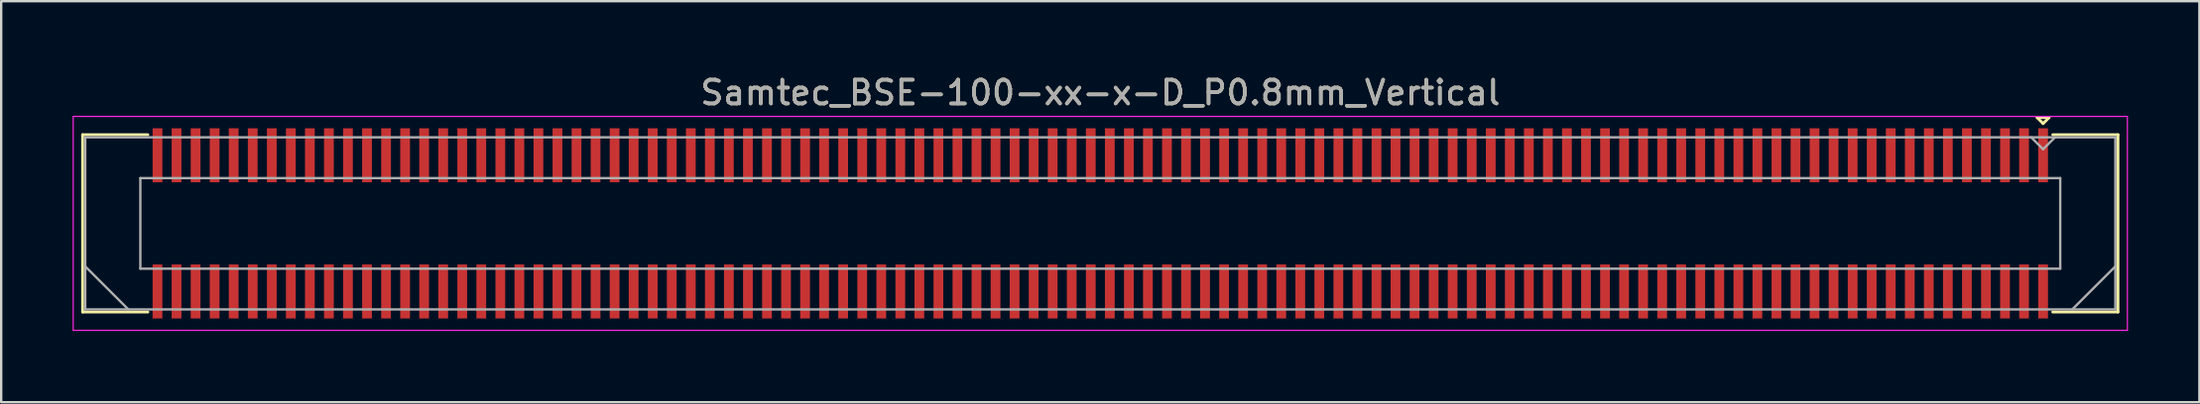
<source format=kicad_pcb>
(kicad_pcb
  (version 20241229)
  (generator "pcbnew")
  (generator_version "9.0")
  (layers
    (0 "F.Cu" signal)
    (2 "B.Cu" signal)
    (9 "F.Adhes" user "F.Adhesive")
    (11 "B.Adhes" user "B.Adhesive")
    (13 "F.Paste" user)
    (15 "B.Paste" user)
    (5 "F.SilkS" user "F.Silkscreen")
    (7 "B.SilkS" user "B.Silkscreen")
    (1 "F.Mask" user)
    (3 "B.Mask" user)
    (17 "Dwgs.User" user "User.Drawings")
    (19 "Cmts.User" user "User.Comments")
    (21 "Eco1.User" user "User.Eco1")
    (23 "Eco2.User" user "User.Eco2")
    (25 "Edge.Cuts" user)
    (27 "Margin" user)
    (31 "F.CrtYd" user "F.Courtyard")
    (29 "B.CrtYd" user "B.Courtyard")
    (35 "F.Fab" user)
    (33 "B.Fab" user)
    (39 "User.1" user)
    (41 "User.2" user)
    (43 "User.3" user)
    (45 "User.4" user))
  (footprint "Samtec_BSE-100-xx-x-D_P0.8mm_Vertical"
    (layer "F.Cu")
    (at 43.165 6.348)
    (property "Reference" "Samtec_BSE-100-xx-x-D_P0.8mm_Vertical" (at 0 -5.5 0) (layer "F.SilkS") (effects (font (size 1 1) (thickness 0.15))))
    (attr smd)
    (fp_line (start -42.745 -3.73) (end -40.005 -3.73) (stroke (width 0.12) (type solid)) (layer "F.SilkS"))
    (fp_line (start -42.745 3.73) (end -42.745 -3.73) (stroke (width 0.12) (type solid)) (layer "F.SilkS"))
    (fp_line (start -40.005 3.73) (end -42.745 3.73) (stroke (width 0.12) (type solid)) (layer "F.SilkS"))
    (fp_line (start 39.35 -4.45) (end 39.85 -4.45) (stroke (width 0.12) (type solid)) (layer "F.SilkS"))
    (fp_line (start 39.6 -4.2) (end 39.35 -4.45) (stroke (width 0.12) (type solid)) (layer "F.SilkS"))
    (fp_line (start 39.85 -4.45) (end 39.6 -4.2) (stroke (width 0.12) (type solid)) (layer "F.SilkS"))
    (fp_line (start 40.005 3.73) (end 42.745 3.73) (stroke (width 0.12) (type solid)) (layer "F.SilkS"))
    (fp_line (start 42.745 -3.73) (end 40.005 -3.73) (stroke (width 0.12) (type solid)) (layer "F.SilkS"))
    (fp_line (start 42.745 3.73) (end 42.745 -3.73) (stroke (width 0.12) (type solid)) (layer "F.SilkS"))
    (fp_line (start -43.14 -4.5) (end -43.14 4.5) (stroke (width 0.05) (type solid)) (layer "F.CrtYd"))
    (fp_line (start -43.14 4.5) (end 43.14 4.5) (stroke (width 0.05) (type solid)) (layer "F.CrtYd"))
    (fp_line (start 43.14 -4.5) (end -43.14 -4.5) (stroke (width 0.05) (type solid)) (layer "F.CrtYd"))
    (fp_line (start 43.14 4.5) (end 43.14 -4.5) (stroke (width 0.05) (type solid)) (layer "F.CrtYd"))
    (fp_line (start -42.635 -3.62) (end -42.635 3.62) (stroke (width 0.1) (type solid)) (layer "F.Fab"))
    (fp_line (start -42.635 1.81) (end -40.825 3.62) (stroke (width 0.1) (type solid)) (layer "F.Fab"))
    (fp_line (start -42.635 3.62) (end 42.635 3.62) (stroke (width 0.1) (type solid)) (layer "F.Fab"))
    (fp_line (start -40.32 -1.905) (end -40.32 1.905) (stroke (width 0.1) (type solid)) (layer "F.Fab"))
    (fp_line (start -40.32 1.905) (end 40.32 1.905) (stroke (width 0.1) (type solid)) (layer "F.Fab"))
    (fp_line (start 39.6 -3.12) (end 39.1 -3.62) (stroke (width 0.1) (type solid)) (layer "F.Fab"))
    (fp_line (start 40.1 -3.62) (end 39.6 -3.12) (stroke (width 0.1) (type solid)) (layer "F.Fab"))
    (fp_line (start 40.32 -1.905) (end -40.32 -1.905) (stroke (width 0.1) (type solid)) (layer "F.Fab"))
    (fp_line (start 40.32 1.905) (end 40.32 -1.905) (stroke (width 0.1) (type solid)) (layer "F.Fab"))
    (fp_line (start 42.635 -3.62) (end -42.635 -3.62) (stroke (width 0.1) (type solid)) (layer "F.Fab"))
    (fp_line (start 42.635 1.81) (end 40.825 3.62) (stroke (width 0.1) (type solid)) (layer "F.Fab"))
    (fp_line (start 42.635 3.62) (end 42.635 -3.62) (stroke (width 0.1) (type solid)) (layer "F.Fab"))
    (fp_text user "${REFERENCE}" (at 0 -5.5 0) (layer "F.Fab") (effects (font (size 1 1) (thickness 0.15))))
    (pad "1" smd rect (at 39.6 -2.865) (size 0.41 2.27) (layers "F.Cu" "F.Mask" "F.Paste"))
    (pad "2" smd rect (at 39.6 2.865) (size 0.41 2.27) (layers "F.Cu" "F.Mask" "F.Paste"))
    (pad "3" smd rect (at 38.8 -2.865) (size 0.41 2.27) (layers "F.Cu" "F.Mask" "F.Paste"))
    (pad "4" smd rect (at 38.8 2.865) (size 0.41 2.27) (layers "F.Cu" "F.Mask" "F.Paste"))
    (pad "5" smd rect (at 38 -2.865) (size 0.41 2.27) (layers "F.Cu" "F.Mask" "F.Paste"))
    (pad "6" smd rect (at 38 2.865) (size 0.41 2.27) (layers "F.Cu" "F.Mask" "F.Paste"))
    (pad "7" smd rect (at 37.2 -2.865) (size 0.41 2.27) (layers "F.Cu" "F.Mask" "F.Paste"))
    (pad "8" smd rect (at 37.2 2.865) (size 0.41 2.27) (layers "F.Cu" "F.Mask" "F.Paste"))
    (pad "9" smd rect (at 36.4 -2.865) (size 0.41 2.27) (layers "F.Cu" "F.Mask" "F.Paste"))
    (pad "10" smd rect (at 36.4 2.865) (size 0.41 2.27) (layers "F.Cu" "F.Mask" "F.Paste"))
    (pad "11" smd rect (at 35.6 -2.865) (size 0.41 2.27) (layers "F.Cu" "F.Mask" "F.Paste"))
    (pad "12" smd rect (at 35.6 2.865) (size 0.41 2.27) (layers "F.Cu" "F.Mask" "F.Paste"))
    (pad "13" smd rect (at 34.8 -2.865) (size 0.41 2.27) (layers "F.Cu" "F.Mask" "F.Paste"))
    (pad "14" smd rect (at 34.8 2.865) (size 0.41 2.27) (layers "F.Cu" "F.Mask" "F.Paste"))
    (pad "15" smd rect (at 34 -2.865) (size 0.41 2.27) (layers "F.Cu" "F.Mask" "F.Paste"))
    (pad "16" smd rect (at 34 2.865) (size 0.41 2.27) (layers "F.Cu" "F.Mask" "F.Paste"))
    (pad "17" smd rect (at 33.2 -2.865) (size 0.41 2.27) (layers "F.Cu" "F.Mask" "F.Paste"))
    (pad "18" smd rect (at 33.2 2.865) (size 0.41 2.27) (layers "F.Cu" "F.Mask" "F.Paste"))
    (pad "19" smd rect (at 32.4 -2.865) (size 0.41 2.27) (layers "F.Cu" "F.Mask" "F.Paste"))
    (pad "20" smd rect (at 32.4 2.865) (size 0.41 2.27) (layers "F.Cu" "F.Mask" "F.Paste"))
    (pad "21" smd rect (at 31.6 -2.865) (size 0.41 2.27) (layers "F.Cu" "F.Mask" "F.Paste"))
    (pad "22" smd rect (at 31.6 2.865) (size 0.41 2.27) (layers "F.Cu" "F.Mask" "F.Paste"))
    (pad "23" smd rect (at 30.8 -2.865) (size 0.41 2.27) (layers "F.Cu" "F.Mask" "F.Paste"))
    (pad "24" smd rect (at 30.8 2.865) (size 0.41 2.27) (layers "F.Cu" "F.Mask" "F.Paste"))
    (pad "25" smd rect (at 30 -2.865) (size 0.41 2.27) (layers "F.Cu" "F.Mask" "F.Paste"))
    (pad "26" smd rect (at 30 2.865) (size 0.41 2.27) (layers "F.Cu" "F.Mask" "F.Paste"))
    (pad "27" smd rect (at 29.2 -2.865) (size 0.41 2.27) (layers "F.Cu" "F.Mask" "F.Paste"))
    (pad "28" smd rect (at 29.2 2.865) (size 0.41 2.27) (layers "F.Cu" "F.Mask" "F.Paste"))
    (pad "29" smd rect (at 28.4 -2.865) (size 0.41 2.27) (layers "F.Cu" "F.Mask" "F.Paste"))
    (pad "30" smd rect (at 28.4 2.865) (size 0.41 2.27) (layers "F.Cu" "F.Mask" "F.Paste"))
    (pad "31" smd rect (at 27.6 -2.865) (size 0.41 2.27) (layers "F.Cu" "F.Mask" "F.Paste"))
    (pad "32" smd rect (at 27.6 2.865) (size 0.41 2.27) (layers "F.Cu" "F.Mask" "F.Paste"))
    (pad "33" smd rect (at 26.8 -2.865) (size 0.41 2.27) (layers "F.Cu" "F.Mask" "F.Paste"))
    (pad "34" smd rect (at 26.8 2.865) (size 0.41 2.27) (layers "F.Cu" "F.Mask" "F.Paste"))
    (pad "35" smd rect (at 26 -2.865) (size 0.41 2.27) (layers "F.Cu" "F.Mask" "F.Paste"))
    (pad "36" smd rect (at 26 2.865) (size 0.41 2.27) (layers "F.Cu" "F.Mask" "F.Paste"))
    (pad "37" smd rect (at 25.2 -2.865) (size 0.41 2.27) (layers "F.Cu" "F.Mask" "F.Paste"))
    (pad "38" smd rect (at 25.2 2.865) (size 0.41 2.27) (layers "F.Cu" "F.Mask" "F.Paste"))
    (pad "39" smd rect (at 24.4 -2.865) (size 0.41 2.27) (layers "F.Cu" "F.Mask" "F.Paste"))
    (pad "40" smd rect (at 24.4 2.865) (size 0.41 2.27) (layers "F.Cu" "F.Mask" "F.Paste"))
    (pad "41" smd rect (at 23.6 -2.865) (size 0.41 2.27) (layers "F.Cu" "F.Mask" "F.Paste"))
    (pad "42" smd rect (at 23.6 2.865) (size 0.41 2.27) (layers "F.Cu" "F.Mask" "F.Paste"))
    (pad "43" smd rect (at 22.8 -2.865) (size 0.41 2.27) (layers "F.Cu" "F.Mask" "F.Paste"))
    (pad "44" smd rect (at 22.8 2.865) (size 0.41 2.27) (layers "F.Cu" "F.Mask" "F.Paste"))
    (pad "45" smd rect (at 22 -2.865) (size 0.41 2.27) (layers "F.Cu" "F.Mask" "F.Paste"))
    (pad "46" smd rect (at 22 2.865) (size 0.41 2.27) (layers "F.Cu" "F.Mask" "F.Paste"))
    (pad "47" smd rect (at 21.2 -2.865) (size 0.41 2.27) (layers "F.Cu" "F.Mask" "F.Paste"))
    (pad "48" smd rect (at 21.2 2.865) (size 0.41 2.27) (layers "F.Cu" "F.Mask" "F.Paste"))
    (pad "49" smd rect (at 20.4 -2.865) (size 0.41 2.27) (layers "F.Cu" "F.Mask" "F.Paste"))
    (pad "50" smd rect (at 20.4 2.865) (size 0.41 2.27) (layers "F.Cu" "F.Mask" "F.Paste"))
    (pad "51" smd rect (at 19.6 -2.865) (size 0.41 2.27) (layers "F.Cu" "F.Mask" "F.Paste"))
    (pad "52" smd rect (at 19.6 2.865) (size 0.41 2.27) (layers "F.Cu" "F.Mask" "F.Paste"))
    (pad "53" smd rect (at 18.8 -2.865) (size 0.41 2.27) (layers "F.Cu" "F.Mask" "F.Paste"))
    (pad "54" smd rect (at 18.8 2.865) (size 0.41 2.27) (layers "F.Cu" "F.Mask" "F.Paste"))
    (pad "55" smd rect (at 18 -2.865) (size 0.41 2.27) (layers "F.Cu" "F.Mask" "F.Paste"))
    (pad "56" smd rect (at 18 2.865) (size 0.41 2.27) (layers "F.Cu" "F.Mask" "F.Paste"))
    (pad "57" smd rect (at 17.2 -2.865) (size 0.41 2.27) (layers "F.Cu" "F.Mask" "F.Paste"))
    (pad "58" smd rect (at 17.2 2.865) (size 0.41 2.27) (layers "F.Cu" "F.Mask" "F.Paste"))
    (pad "59" smd rect (at 16.4 -2.865) (size 0.41 2.27) (layers "F.Cu" "F.Mask" "F.Paste"))
    (pad "60" smd rect (at 16.4 2.865) (size 0.41 2.27) (layers "F.Cu" "F.Mask" "F.Paste"))
    (pad "61" smd rect (at 15.6 -2.865) (size 0.41 2.27) (layers "F.Cu" "F.Mask" "F.Paste"))
    (pad "62" smd rect (at 15.6 2.865) (size 0.41 2.27) (layers "F.Cu" "F.Mask" "F.Paste"))
    (pad "63" smd rect (at 14.8 -2.865) (size 0.41 2.27) (layers "F.Cu" "F.Mask" "F.Paste"))
    (pad "64" smd rect (at 14.8 2.865) (size 0.41 2.27) (layers "F.Cu" "F.Mask" "F.Paste"))
    (pad "65" smd rect (at 14 -2.865) (size 0.41 2.27) (layers "F.Cu" "F.Mask" "F.Paste"))
    (pad "66" smd rect (at 14 2.865) (size 0.41 2.27) (layers "F.Cu" "F.Mask" "F.Paste"))
    (pad "67" smd rect (at 13.2 -2.865) (size 0.41 2.27) (layers "F.Cu" "F.Mask" "F.Paste"))
    (pad "68" smd rect (at 13.2 2.865) (size 0.41 2.27) (layers "F.Cu" "F.Mask" "F.Paste"))
    (pad "69" smd rect (at 12.4 -2.865) (size 0.41 2.27) (layers "F.Cu" "F.Mask" "F.Paste"))
    (pad "70" smd rect (at 12.4 2.865) (size 0.41 2.27) (layers "F.Cu" "F.Mask" "F.Paste"))
    (pad "71" smd rect (at 11.6 -2.865) (size 0.41 2.27) (layers "F.Cu" "F.Mask" "F.Paste"))
    (pad "72" smd rect (at 11.6 2.865) (size 0.41 2.27) (layers "F.Cu" "F.Mask" "F.Paste"))
    (pad "73" smd rect (at 10.8 -2.865) (size 0.41 2.27) (layers "F.Cu" "F.Mask" "F.Paste"))
    (pad "74" smd rect (at 10.8 2.865) (size 0.41 2.27) (layers "F.Cu" "F.Mask" "F.Paste"))
    (pad "75" smd rect (at 10 -2.865) (size 0.41 2.27) (layers "F.Cu" "F.Mask" "F.Paste"))
    (pad "76" smd rect (at 10 2.865) (size 0.41 2.27) (layers "F.Cu" "F.Mask" "F.Paste"))
    (pad "77" smd rect (at 9.2 -2.865) (size 0.41 2.27) (layers "F.Cu" "F.Mask" "F.Paste"))
    (pad "78" smd rect (at 9.2 2.865) (size 0.41 2.27) (layers "F.Cu" "F.Mask" "F.Paste"))
    (pad "79" smd rect (at 8.4 -2.865) (size 0.41 2.27) (layers "F.Cu" "F.Mask" "F.Paste"))
    (pad "80" smd rect (at 8.4 2.865) (size 0.41 2.27) (layers "F.Cu" "F.Mask" "F.Paste"))
    (pad "81" smd rect (at 7.6 -2.865) (size 0.41 2.27) (layers "F.Cu" "F.Mask" "F.Paste"))
    (pad "82" smd rect (at 7.6 2.865) (size 0.41 2.27) (layers "F.Cu" "F.Mask" "F.Paste"))
    (pad "83" smd rect (at 6.8 -2.865) (size 0.41 2.27) (layers "F.Cu" "F.Mask" "F.Paste"))
    (pad "84" smd rect (at 6.8 2.865) (size 0.41 2.27) (layers "F.Cu" "F.Mask" "F.Paste"))
    (pad "85" smd rect (at 6 -2.865) (size 0.41 2.27) (layers "F.Cu" "F.Mask" "F.Paste"))
    (pad "86" smd rect (at 6 2.865) (size 0.41 2.27) (layers "F.Cu" "F.Mask" "F.Paste"))
    (pad "87" smd rect (at 5.2 -2.865) (size 0.41 2.27) (layers "F.Cu" "F.Mask" "F.Paste"))
    (pad "88" smd rect (at 5.2 2.865) (size 0.41 2.27) (layers "F.Cu" "F.Mask" "F.Paste"))
    (pad "89" smd rect (at 4.4 -2.865) (size 0.41 2.27) (layers "F.Cu" "F.Mask" "F.Paste"))
    (pad "90" smd rect (at 4.4 2.865) (size 0.41 2.27) (layers "F.Cu" "F.Mask" "F.Paste"))
    (pad "91" smd rect (at 3.6 -2.865) (size 0.41 2.27) (layers "F.Cu" "F.Mask" "F.Paste"))
    (pad "92" smd rect (at 3.6 2.865) (size 0.41 2.27) (layers "F.Cu" "F.Mask" "F.Paste"))
    (pad "93" smd rect (at 2.8 -2.865) (size 0.41 2.27) (layers "F.Cu" "F.Mask" "F.Paste"))
    (pad "94" smd rect (at 2.8 2.865) (size 0.41 2.27) (layers "F.Cu" "F.Mask" "F.Paste"))
    (pad "95" smd rect (at 2 -2.865) (size 0.41 2.27) (layers "F.Cu" "F.Mask" "F.Paste"))
    (pad "96" smd rect (at 2 2.865) (size 0.41 2.27) (layers "F.Cu" "F.Mask" "F.Paste"))
    (pad "97" smd rect (at 1.2 -2.865) (size 0.41 2.27) (layers "F.Cu" "F.Mask" "F.Paste"))
    (pad "98" smd rect (at 1.2 2.865) (size 0.41 2.27) (layers "F.Cu" "F.Mask" "F.Paste"))
    (pad "99" smd rect (at 0.4 -2.865) (size 0.41 2.27) (layers "F.Cu" "F.Mask" "F.Paste"))
    (pad "100" smd rect (at 0.4 2.865) (size 0.41 2.27) (layers "F.Cu" "F.Mask" "F.Paste"))
    (pad "101" smd rect (at -0.4 -2.865) (size 0.41 2.27) (layers "F.Cu" "F.Mask" "F.Paste"))
    (pad "102" smd rect (at -0.4 2.865) (size 0.41 2.27) (layers "F.Cu" "F.Mask" "F.Paste"))
    (pad "103" smd rect (at -1.2 -2.865) (size 0.41 2.27) (layers "F.Cu" "F.Mask" "F.Paste"))
    (pad "104" smd rect (at -1.2 2.865) (size 0.41 2.27) (layers "F.Cu" "F.Mask" "F.Paste"))
    (pad "105" smd rect (at -2 -2.865) (size 0.41 2.27) (layers "F.Cu" "F.Mask" "F.Paste"))
    (pad "106" smd rect (at -2 2.865) (size 0.41 2.27) (layers "F.Cu" "F.Mask" "F.Paste"))
    (pad "107" smd rect (at -2.8 -2.865) (size 0.41 2.27) (layers "F.Cu" "F.Mask" "F.Paste"))
    (pad "108" smd rect (at -2.8 2.865) (size 0.41 2.27) (layers "F.Cu" "F.Mask" "F.Paste"))
    (pad "109" smd rect (at -3.6 -2.865) (size 0.41 2.27) (layers "F.Cu" "F.Mask" "F.Paste"))
    (pad "110" smd rect (at -3.6 2.865) (size 0.41 2.27) (layers "F.Cu" "F.Mask" "F.Paste"))
    (pad "111" smd rect (at -4.4 -2.865) (size 0.41 2.27) (layers "F.Cu" "F.Mask" "F.Paste"))
    (pad "112" smd rect (at -4.4 2.865) (size 0.41 2.27) (layers "F.Cu" "F.Mask" "F.Paste"))
    (pad "113" smd rect (at -5.2 -2.865) (size 0.41 2.27) (layers "F.Cu" "F.Mask" "F.Paste"))
    (pad "114" smd rect (at -5.2 2.865) (size 0.41 2.27) (layers "F.Cu" "F.Mask" "F.Paste"))
    (pad "115" smd rect (at -6 -2.865) (size 0.41 2.27) (layers "F.Cu" "F.Mask" "F.Paste"))
    (pad "116" smd rect (at -6 2.865) (size 0.41 2.27) (layers "F.Cu" "F.Mask" "F.Paste"))
    (pad "117" smd rect (at -6.8 -2.865) (size 0.41 2.27) (layers "F.Cu" "F.Mask" "F.Paste"))
    (pad "118" smd rect (at -6.8 2.865) (size 0.41 2.27) (layers "F.Cu" "F.Mask" "F.Paste"))
    (pad "119" smd rect (at -7.6 -2.865) (size 0.41 2.27) (layers "F.Cu" "F.Mask" "F.Paste"))
    (pad "120" smd rect (at -7.6 2.865) (size 0.41 2.27) (layers "F.Cu" "F.Mask" "F.Paste"))
    (pad "121" smd rect (at -8.4 -2.865) (size 0.41 2.27) (layers "F.Cu" "F.Mask" "F.Paste"))
    (pad "122" smd rect (at -8.4 2.865) (size 0.41 2.27) (layers "F.Cu" "F.Mask" "F.Paste"))
    (pad "123" smd rect (at -9.2 -2.865) (size 0.41 2.27) (layers "F.Cu" "F.Mask" "F.Paste"))
    (pad "124" smd rect (at -9.2 2.865) (size 0.41 2.27) (layers "F.Cu" "F.Mask" "F.Paste"))
    (pad "125" smd rect (at -10 -2.865) (size 0.41 2.27) (layers "F.Cu" "F.Mask" "F.Paste"))
    (pad "126" smd rect (at -10 2.865) (size 0.41 2.27) (layers "F.Cu" "F.Mask" "F.Paste"))
    (pad "127" smd rect (at -10.8 -2.865) (size 0.41 2.27) (layers "F.Cu" "F.Mask" "F.Paste"))
    (pad "128" smd rect (at -10.8 2.865) (size 0.41 2.27) (layers "F.Cu" "F.Mask" "F.Paste"))
    (pad "129" smd rect (at -11.6 -2.865) (size 0.41 2.27) (layers "F.Cu" "F.Mask" "F.Paste"))
    (pad "130" smd rect (at -11.6 2.865) (size 0.41 2.27) (layers "F.Cu" "F.Mask" "F.Paste"))
    (pad "131" smd rect (at -12.4 -2.865) (size 0.41 2.27) (layers "F.Cu" "F.Mask" "F.Paste"))
    (pad "132" smd rect (at -12.4 2.865) (size 0.41 2.27) (layers "F.Cu" "F.Mask" "F.Paste"))
    (pad "133" smd rect (at -13.2 -2.865) (size 0.41 2.27) (layers "F.Cu" "F.Mask" "F.Paste"))
    (pad "134" smd rect (at -13.2 2.865) (size 0.41 2.27) (layers "F.Cu" "F.Mask" "F.Paste"))
    (pad "135" smd rect (at -14 -2.865) (size 0.41 2.27) (layers "F.Cu" "F.Mask" "F.Paste"))
    (pad "136" smd rect (at -14 2.865) (size 0.41 2.27) (layers "F.Cu" "F.Mask" "F.Paste"))
    (pad "137" smd rect (at -14.8 -2.865) (size 0.41 2.27) (layers "F.Cu" "F.Mask" "F.Paste"))
    (pad "138" smd rect (at -14.8 2.865) (size 0.41 2.27) (layers "F.Cu" "F.Mask" "F.Paste"))
    (pad "139" smd rect (at -15.6 -2.865) (size 0.41 2.27) (layers "F.Cu" "F.Mask" "F.Paste"))
    (pad "140" smd rect (at -15.6 2.865) (size 0.41 2.27) (layers "F.Cu" "F.Mask" "F.Paste"))
    (pad "141" smd rect (at -16.4 -2.865) (size 0.41 2.27) (layers "F.Cu" "F.Mask" "F.Paste"))
    (pad "142" smd rect (at -16.4 2.865) (size 0.41 2.27) (layers "F.Cu" "F.Mask" "F.Paste"))
    (pad "143" smd rect (at -17.2 -2.865) (size 0.41 2.27) (layers "F.Cu" "F.Mask" "F.Paste"))
    (pad "144" smd rect (at -17.2 2.865) (size 0.41 2.27) (layers "F.Cu" "F.Mask" "F.Paste"))
    (pad "145" smd rect (at -18 -2.865) (size 0.41 2.27) (layers "F.Cu" "F.Mask" "F.Paste"))
    (pad "146" smd rect (at -18 2.865) (size 0.41 2.27) (layers "F.Cu" "F.Mask" "F.Paste"))
    (pad "147" smd rect (at -18.8 -2.865) (size 0.41 2.27) (layers "F.Cu" "F.Mask" "F.Paste"))
    (pad "148" smd rect (at -18.8 2.865) (size 0.41 2.27) (layers "F.Cu" "F.Mask" "F.Paste"))
    (pad "149" smd rect (at -19.6 -2.865) (size 0.41 2.27) (layers "F.Cu" "F.Mask" "F.Paste"))
    (pad "150" smd rect (at -19.6 2.865) (size 0.41 2.27) (layers "F.Cu" "F.Mask" "F.Paste"))
    (pad "151" smd rect (at -20.4 -2.865) (size 0.41 2.27) (layers "F.Cu" "F.Mask" "F.Paste"))
    (pad "152" smd rect (at -20.4 2.865) (size 0.41 2.27) (layers "F.Cu" "F.Mask" "F.Paste"))
    (pad "153" smd rect (at -21.2 -2.865) (size 0.41 2.27) (layers "F.Cu" "F.Mask" "F.Paste"))
    (pad "154" smd rect (at -21.2 2.865) (size 0.41 2.27) (layers "F.Cu" "F.Mask" "F.Paste"))
    (pad "155" smd rect (at -22 -2.865) (size 0.41 2.27) (layers "F.Cu" "F.Mask" "F.Paste"))
    (pad "156" smd rect (at -22 2.865) (size 0.41 2.27) (layers "F.Cu" "F.Mask" "F.Paste"))
    (pad "157" smd rect (at -22.8 -2.865) (size 0.41 2.27) (layers "F.Cu" "F.Mask" "F.Paste"))
    (pad "158" smd rect (at -22.8 2.865) (size 0.41 2.27) (layers "F.Cu" "F.Mask" "F.Paste"))
    (pad "159" smd rect (at -23.6 -2.865) (size 0.41 2.27) (layers "F.Cu" "F.Mask" "F.Paste"))
    (pad "160" smd rect (at -23.6 2.865) (size 0.41 2.27) (layers "F.Cu" "F.Mask" "F.Paste"))
    (pad "161" smd rect (at -24.4 -2.865) (size 0.41 2.27) (layers "F.Cu" "F.Mask" "F.Paste"))
    (pad "162" smd rect (at -24.4 2.865) (size 0.41 2.27) (layers "F.Cu" "F.Mask" "F.Paste"))
    (pad "163" smd rect (at -25.2 -2.865) (size 0.41 2.27) (layers "F.Cu" "F.Mask" "F.Paste"))
    (pad "164" smd rect (at -25.2 2.865) (size 0.41 2.27) (layers "F.Cu" "F.Mask" "F.Paste"))
    (pad "165" smd rect (at -26 -2.865) (size 0.41 2.27) (layers "F.Cu" "F.Mask" "F.Paste"))
    (pad "166" smd rect (at -26 2.865) (size 0.41 2.27) (layers "F.Cu" "F.Mask" "F.Paste"))
    (pad "167" smd rect (at -26.8 -2.865) (size 0.41 2.27) (layers "F.Cu" "F.Mask" "F.Paste"))
    (pad "168" smd rect (at -26.8 2.865) (size 0.41 2.27) (layers "F.Cu" "F.Mask" "F.Paste"))
    (pad "169" smd rect (at -27.6 -2.865) (size 0.41 2.27) (layers "F.Cu" "F.Mask" "F.Paste"))
    (pad "170" smd rect (at -27.6 2.865) (size 0.41 2.27) (layers "F.Cu" "F.Mask" "F.Paste"))
    (pad "171" smd rect (at -28.4 -2.865) (size 0.41 2.27) (layers "F.Cu" "F.Mask" "F.Paste"))
    (pad "172" smd rect (at -28.4 2.865) (size 0.41 2.27) (layers "F.Cu" "F.Mask" "F.Paste"))
    (pad "173" smd rect (at -29.2 -2.865) (size 0.41 2.27) (layers "F.Cu" "F.Mask" "F.Paste"))
    (pad "174" smd rect (at -29.2 2.865) (size 0.41 2.27) (layers "F.Cu" "F.Mask" "F.Paste"))
    (pad "175" smd rect (at -30 -2.865) (size 0.41 2.27) (layers "F.Cu" "F.Mask" "F.Paste"))
    (pad "176" smd rect (at -30 2.865) (size 0.41 2.27) (layers "F.Cu" "F.Mask" "F.Paste"))
    (pad "177" smd rect (at -30.8 -2.865) (size 0.41 2.27) (layers "F.Cu" "F.Mask" "F.Paste"))
    (pad "178" smd rect (at -30.8 2.865) (size 0.41 2.27) (layers "F.Cu" "F.Mask" "F.Paste"))
    (pad "179" smd rect (at -31.6 -2.865) (size 0.41 2.27) (layers "F.Cu" "F.Mask" "F.Paste"))
    (pad "180" smd rect (at -31.6 2.865) (size 0.41 2.27) (layers "F.Cu" "F.Mask" "F.Paste"))
    (pad "181" smd rect (at -32.4 -2.865) (size 0.41 2.27) (layers "F.Cu" "F.Mask" "F.Paste"))
    (pad "182" smd rect (at -32.4 2.865) (size 0.41 2.27) (layers "F.Cu" "F.Mask" "F.Paste"))
    (pad "183" smd rect (at -33.2 -2.865) (size 0.41 2.27) (layers "F.Cu" "F.Mask" "F.Paste"))
    (pad "184" smd rect (at -33.2 2.865) (size 0.41 2.27) (layers "F.Cu" "F.Mask" "F.Paste"))
    (pad "185" smd rect (at -34 -2.865) (size 0.41 2.27) (layers "F.Cu" "F.Mask" "F.Paste"))
    (pad "186" smd rect (at -34 2.865) (size 0.41 2.27) (layers "F.Cu" "F.Mask" "F.Paste"))
    (pad "187" smd rect (at -34.8 -2.865) (size 0.41 2.27) (layers "F.Cu" "F.Mask" "F.Paste"))
    (pad "188" smd rect (at -34.8 2.865) (size 0.41 2.27) (layers "F.Cu" "F.Mask" "F.Paste"))
    (pad "189" smd rect (at -35.6 -2.865) (size 0.41 2.27) (layers "F.Cu" "F.Mask" "F.Paste"))
    (pad "190" smd rect (at -35.6 2.865) (size 0.41 2.27) (layers "F.Cu" "F.Mask" "F.Paste"))
    (pad "191" smd rect (at -36.4 -2.865) (size 0.41 2.27) (layers "F.Cu" "F.Mask" "F.Paste"))
    (pad "192" smd rect (at -36.4 2.865) (size 0.41 2.27) (layers "F.Cu" "F.Mask" "F.Paste"))
    (pad "193" smd rect (at -37.2 -2.865) (size 0.41 2.27) (layers "F.Cu" "F.Mask" "F.Paste"))
    (pad "194" smd rect (at -37.2 2.865) (size 0.41 2.27) (layers "F.Cu" "F.Mask" "F.Paste"))
    (pad "195" smd rect (at -38 -2.865) (size 0.41 2.27) (layers "F.Cu" "F.Mask" "F.Paste"))
    (pad "196" smd rect (at -38 2.865) (size 0.41 2.27) (layers "F.Cu" "F.Mask" "F.Paste"))
    (pad "197" smd rect (at -38.8 -2.865) (size 0.41 2.27) (layers "F.Cu" "F.Mask" "F.Paste"))
    (pad "198" smd rect (at -38.8 2.865) (size 0.41 2.27) (layers "F.Cu" "F.Mask" "F.Paste"))
    (pad "199" smd rect (at -39.6 -2.865) (size 0.41 2.27) (layers "F.Cu" "F.Mask" "F.Paste"))
    (pad "200" smd rect (at -39.6 2.865) (size 0.41 2.27) (layers "F.Cu" "F.Mask" "F.Paste")))
  (gr_rect
    (start -3 -3)
    (end 89.33 13.873)
    (stroke (width 0.1) (type default))
    (fill no)
    (layer "Edge.Cuts")))
</source>
